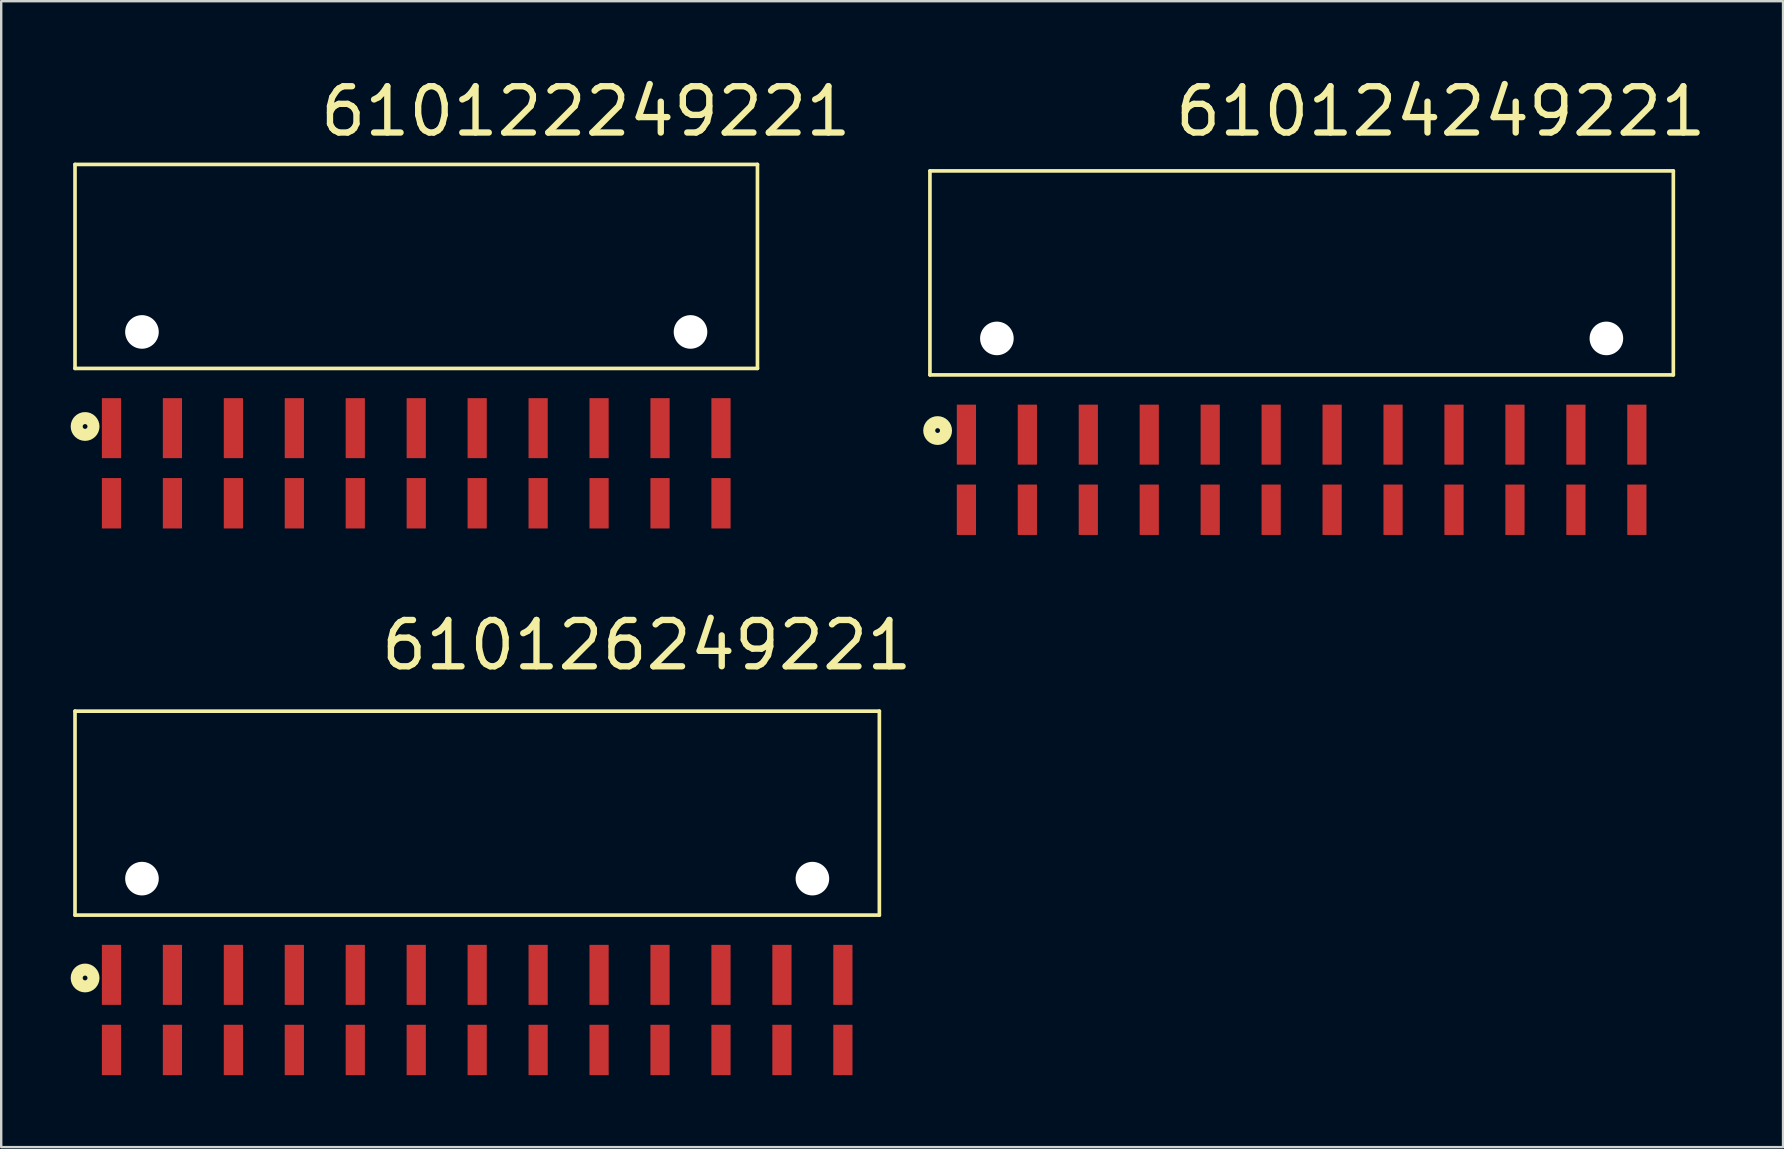
<source format=kicad_pcb>
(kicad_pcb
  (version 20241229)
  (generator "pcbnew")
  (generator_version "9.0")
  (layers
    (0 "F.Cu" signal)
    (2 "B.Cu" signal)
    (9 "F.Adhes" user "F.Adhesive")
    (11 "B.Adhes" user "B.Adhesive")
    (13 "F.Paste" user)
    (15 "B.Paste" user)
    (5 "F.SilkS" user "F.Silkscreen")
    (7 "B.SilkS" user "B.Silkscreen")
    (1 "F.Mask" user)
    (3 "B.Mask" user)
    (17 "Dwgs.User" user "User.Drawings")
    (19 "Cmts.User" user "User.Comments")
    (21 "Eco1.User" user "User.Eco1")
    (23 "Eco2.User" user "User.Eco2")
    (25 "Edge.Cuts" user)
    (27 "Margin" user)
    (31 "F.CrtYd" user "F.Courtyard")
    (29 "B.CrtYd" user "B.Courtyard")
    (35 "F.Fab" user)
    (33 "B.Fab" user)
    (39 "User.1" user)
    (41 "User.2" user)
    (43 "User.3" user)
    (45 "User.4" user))
  (footprint "610124249221"
    (layer "F.Cu")
    (at 51.194 11.053)
    (property "Reference" "610124249221" (at -5.406 -8.33 0) (layer "F.SilkS") (effects (font (size 1.93 1.93) (thickness 0.264)) (justify left bottom)))
    (attr through_hole)
    (fp_line (start -15.49 -6.98) (end 15.49 -6.98) (stroke (width 0.152) (type solid)) (layer "F.SilkS"))
    (fp_line (start -15.49 1.52) (end -15.49 -6.98) (stroke (width 0.152) (type solid)) (layer "F.SilkS"))
    (fp_line (start -15.49 1.52) (end 15.49 1.52) (stroke (width 0.152) (type solid)) (layer "F.SilkS"))
    (fp_line (start 15.49 1.52) (end 15.49 -6.98) (stroke (width 0.152) (type solid)) (layer "F.SilkS"))
    (fp_circle (center -15.17 3.84) (end -15.07 3.84) (stroke (width 0.5) (type solid)) (fill no) (layer "F.SilkS"))
    (pad "" np_thru_hole circle (at -12.7 0) (size 1.4 1.4) (drill 1.4) (layers "*.Cu"))
    (pad "" np_thru_hole circle (at 12.7 0) (size 1.4 1.4) (drill 1.4) (layers "*.Cu"))
    (pad "1" smd rect (at -13.97 4.01) (size 0.8 2.5) (layers "F.Cu" "F.Mask" "F.Paste"))
    (pad "2" smd rect (at -11.43 4.01) (size 0.8 2.5) (layers "F.Cu" "F.Mask" "F.Paste"))
    (pad "3" smd rect (at -8.89 4.01) (size 0.8 2.5) (layers "F.Cu" "F.Mask" "F.Paste"))
    (pad "4" smd rect (at -6.35 4.01) (size 0.8 2.5) (layers "F.Cu" "F.Mask" "F.Paste"))
    (pad "5" smd rect (at -3.81 4.01) (size 0.8 2.5) (layers "F.Cu" "F.Mask" "F.Paste"))
    (pad "6" smd rect (at -1.27 4.01) (size 0.8 2.5) (layers "F.Cu" "F.Mask" "F.Paste"))
    (pad "7" smd rect (at 1.27 4.01) (size 0.8 2.5) (layers "F.Cu" "F.Mask" "F.Paste"))
    (pad "8" smd rect (at 3.81 4.01) (size 0.8 2.5) (layers "F.Cu" "F.Mask" "F.Paste"))
    (pad "9" smd rect (at 6.35 4.01) (size 0.8 2.5) (layers "F.Cu" "F.Mask" "F.Paste"))
    (pad "10" smd rect (at 8.89 4.01) (size 0.8 2.5) (layers "F.Cu" "F.Mask" "F.Paste"))
    (pad "11" smd rect (at 11.43 4.01) (size 0.8 2.5) (layers "F.Cu" "F.Mask" "F.Paste"))
    (pad "12" smd rect (at 13.97 4.01) (size 0.8 2.5) (layers "F.Cu" "F.Mask" "F.Paste"))
    (pad "13" smd rect (at 13.97 7.14) (size 0.8 2.1) (layers "F.Cu" "F.Mask" "F.Paste"))
    (pad "14" smd rect (at 11.43 7.14) (size 0.8 2.1) (layers "F.Cu" "F.Mask" "F.Paste"))
    (pad "15" smd rect (at 8.89 7.14) (size 0.8 2.1) (layers "F.Cu" "F.Mask" "F.Paste"))
    (pad "16" smd rect (at 6.35 7.14) (size 0.8 2.1) (layers "F.Cu" "F.Mask" "F.Paste"))
    (pad "17" smd rect (at 3.81 7.14) (size 0.8 2.1) (layers "F.Cu" "F.Mask" "F.Paste"))
    (pad "18" smd rect (at 1.27 7.14) (size 0.8 2.1) (layers "F.Cu" "F.Mask" "F.Paste"))
    (pad "19" smd rect (at -1.27 7.14) (size 0.8 2.1) (layers "F.Cu" "F.Mask" "F.Paste"))
    (pad "20" smd rect (at -3.81 7.14) (size 0.8 2.1) (layers "F.Cu" "F.Mask" "F.Paste"))
    (pad "21" smd rect (at -6.35 7.14) (size 0.8 2.1) (layers "F.Cu" "F.Mask" "F.Paste"))
    (pad "22" smd rect (at -8.89 7.14) (size 0.8 2.1) (layers "F.Cu" "F.Mask" "F.Paste"))
    (pad "23" smd rect (at -11.43 7.14) (size 0.8 2.1) (layers "F.Cu" "F.Mask" "F.Paste"))
    (pad "24" smd rect (at -13.97 7.14) (size 0.8 2.1) (layers "F.Cu" "F.Mask" "F.Paste")))
  (footprint "610122249221"
    (layer "F.Cu")
    (at 14.296 10.783)
    (property "Reference" "610122249221" (at -4.136 -8.06 0) (layer "F.SilkS") (effects (font (size 1.93 1.93) (thickness 0.264)) (justify left bottom)))
    (attr through_hole)
    (fp_line (start -14.22 -6.98) (end 14.22 -6.98) (stroke (width 0.152) (type solid)) (layer "F.SilkS"))
    (fp_line (start -14.22 1.52) (end -14.22 -6.98) (stroke (width 0.152) (type solid)) (layer "F.SilkS"))
    (fp_line (start -14.22 1.52) (end 14.22 1.52) (stroke (width 0.152) (type solid)) (layer "F.SilkS"))
    (fp_line (start 14.22 1.52) (end 14.22 -6.98) (stroke (width 0.152) (type solid)) (layer "F.SilkS"))
    (fp_circle (center -13.8 3.94) (end -13.7 3.94) (stroke (width 0.5) (type solid)) (fill no) (layer "F.SilkS"))
    (pad "" np_thru_hole circle (at -11.43 0) (size 1.4 1.4) (drill 1.4) (layers "*.Cu"))
    (pad "" np_thru_hole circle (at 11.43 0) (size 1.4 1.4) (drill 1.4) (layers "*.Cu"))
    (pad "1" smd rect (at -12.7 4.01) (size 0.8 2.5) (layers "F.Cu" "F.Mask" "F.Paste"))
    (pad "2" smd rect (at -10.16 4.01) (size 0.8 2.5) (layers "F.Cu" "F.Mask" "F.Paste"))
    (pad "3" smd rect (at -7.62 4.01) (size 0.8 2.5) (layers "F.Cu" "F.Mask" "F.Paste"))
    (pad "4" smd rect (at -5.08 4.01) (size 0.8 2.5) (layers "F.Cu" "F.Mask" "F.Paste"))
    (pad "5" smd rect (at -2.54 4.01) (size 0.8 2.5) (layers "F.Cu" "F.Mask" "F.Paste"))
    (pad "6" smd rect (at 0 4.01) (size 0.8 2.5) (layers "F.Cu" "F.Mask" "F.Paste"))
    (pad "7" smd rect (at 2.54 4.01) (size 0.8 2.5) (layers "F.Cu" "F.Mask" "F.Paste"))
    (pad "8" smd rect (at 5.08 4.01) (size 0.8 2.5) (layers "F.Cu" "F.Mask" "F.Paste"))
    (pad "9" smd rect (at 7.62 4.01) (size 0.8 2.5) (layers "F.Cu" "F.Mask" "F.Paste"))
    (pad "10" smd rect (at 10.16 4.01) (size 0.8 2.5) (layers "F.Cu" "F.Mask" "F.Paste"))
    (pad "11" smd rect (at 12.7 4.01) (size 0.8 2.5) (layers "F.Cu" "F.Mask" "F.Paste"))
    (pad "12" smd rect (at 12.7 7.14) (size 0.8 2.1) (layers "F.Cu" "F.Mask" "F.Paste"))
    (pad "13" smd rect (at 10.16 7.14) (size 0.8 2.1) (layers "F.Cu" "F.Mask" "F.Paste"))
    (pad "14" smd rect (at 7.62 7.14) (size 0.8 2.1) (layers "F.Cu" "F.Mask" "F.Paste"))
    (pad "15" smd rect (at 5.08 7.14) (size 0.8 2.1) (layers "F.Cu" "F.Mask" "F.Paste"))
    (pad "16" smd rect (at 2.54 7.14) (size 0.8 2.1) (layers "F.Cu" "F.Mask" "F.Paste"))
    (pad "17" smd rect (at 0 7.14) (size 0.8 2.1) (layers "F.Cu" "F.Mask" "F.Paste"))
    (pad "18" smd rect (at -2.54 7.14) (size 0.8 2.1) (layers "F.Cu" "F.Mask" "F.Paste"))
    (pad "19" smd rect (at -5.08 7.14) (size 0.8 2.1) (layers "F.Cu" "F.Mask" "F.Paste"))
    (pad "20" smd rect (at -7.62 7.14) (size 0.8 2.1) (layers "F.Cu" "F.Mask" "F.Paste"))
    (pad "21" smd rect (at -10.16 7.14) (size 0.8 2.1) (layers "F.Cu" "F.Mask" "F.Paste"))
    (pad "22" smd rect (at -12.7 7.14) (size 0.8 2.1) (layers "F.Cu" "F.Mask" "F.Paste")))
  (footprint "610126249221"
    (layer "F.Cu")
    (at 16.836 33.566)
    (property "Reference" "610126249221" (at -4.136 -8.6 0) (layer "F.SilkS") (effects (font (size 1.93 1.93) (thickness 0.264)) (justify left bottom)))
    (attr through_hole)
    (fp_line (start -16.76 -6.98) (end 16.76 -6.98) (stroke (width 0.152) (type solid)) (layer "F.SilkS"))
    (fp_line (start -16.76 1.52) (end -16.76 -6.98) (stroke (width 0.152) (type solid)) (layer "F.SilkS"))
    (fp_line (start -16.76 1.52) (end 16.76 1.52) (stroke (width 0.152) (type solid)) (layer "F.SilkS"))
    (fp_line (start 16.76 1.52) (end 16.76 -6.98) (stroke (width 0.152) (type solid)) (layer "F.SilkS"))
    (fp_circle (center -16.34 4.14) (end -16.24 4.14) (stroke (width 0.5) (type solid)) (fill no) (layer "F.SilkS"))
    (pad "" np_thru_hole circle (at -13.97 0) (size 1.4 1.4) (drill 1.4) (layers "*.Cu"))
    (pad "" np_thru_hole circle (at 13.97 0) (size 1.4 1.4) (drill 1.4) (layers "*.Cu"))
    (pad "1" smd rect (at -15.24 4.01) (size 0.8 2.5) (layers "F.Cu" "F.Mask" "F.Paste"))
    (pad "2" smd rect (at -12.7 4.01) (size 0.8 2.5) (layers "F.Cu" "F.Mask" "F.Paste"))
    (pad "3" smd rect (at -10.16 4.01) (size 0.8 2.5) (layers "F.Cu" "F.Mask" "F.Paste"))
    (pad "4" smd rect (at -7.62 4.01) (size 0.8 2.5) (layers "F.Cu" "F.Mask" "F.Paste"))
    (pad "5" smd rect (at -5.08 4.01) (size 0.8 2.5) (layers "F.Cu" "F.Mask" "F.Paste"))
    (pad "6" smd rect (at -2.54 4.01) (size 0.8 2.5) (layers "F.Cu" "F.Mask" "F.Paste"))
    (pad "7" smd rect (at 0 4.01) (size 0.8 2.5) (layers "F.Cu" "F.Mask" "F.Paste"))
    (pad "8" smd rect (at 2.54 4.01) (size 0.8 2.5) (layers "F.Cu" "F.Mask" "F.Paste"))
    (pad "9" smd rect (at 5.08 4.01) (size 0.8 2.5) (layers "F.Cu" "F.Mask" "F.Paste"))
    (pad "10" smd rect (at 7.62 4.01) (size 0.8 2.5) (layers "F.Cu" "F.Mask" "F.Paste"))
    (pad "11" smd rect (at 10.16 4.01) (size 0.8 2.5) (layers "F.Cu" "F.Mask" "F.Paste"))
    (pad "12" smd rect (at 12.7 4.01) (size 0.8 2.5) (layers "F.Cu" "F.Mask" "F.Paste"))
    (pad "13" smd rect (at 15.24 4.01) (size 0.8 2.5) (layers "F.Cu" "F.Mask" "F.Paste"))
    (pad "14" smd rect (at 15.24 7.14) (size 0.8 2.1) (layers "F.Cu" "F.Mask" "F.Paste"))
    (pad "15" smd rect (at 12.7 7.14) (size 0.8 2.1) (layers "F.Cu" "F.Mask" "F.Paste"))
    (pad "16" smd rect (at 10.16 7.14) (size 0.8 2.1) (layers "F.Cu" "F.Mask" "F.Paste"))
    (pad "17" smd rect (at 7.62 7.14) (size 0.8 2.1) (layers "F.Cu" "F.Mask" "F.Paste"))
    (pad "18" smd rect (at 5.08 7.14) (size 0.8 2.1) (layers "F.Cu" "F.Mask" "F.Paste"))
    (pad "19" smd rect (at 2.54 7.14) (size 0.8 2.1) (layers "F.Cu" "F.Mask" "F.Paste"))
    (pad "20" smd rect (at 0 7.14) (size 0.8 2.1) (layers "F.Cu" "F.Mask" "F.Paste"))
    (pad "21" smd rect (at -2.54 7.14) (size 0.8 2.1) (layers "F.Cu" "F.Mask" "F.Paste"))
    (pad "22" smd rect (at -5.08 7.14) (size 0.8 2.1) (layers "F.Cu" "F.Mask" "F.Paste"))
    (pad "23" smd rect (at -7.62 7.14) (size 0.8 2.1) (layers "F.Cu" "F.Mask" "F.Paste"))
    (pad "24" smd rect (at -10.16 7.14) (size 0.8 2.1) (layers "F.Cu" "F.Mask" "F.Paste"))
    (pad "25" smd rect (at -12.7 7.14) (size 0.8 2.1) (layers "F.Cu" "F.Mask" "F.Paste"))
    (pad "26" smd rect (at -15.24 7.14) (size 0.8 2.1) (layers "F.Cu" "F.Mask" "F.Paste")))
  (gr_rect
    (start -3 -3)
    (end 71.256 44.756)
    (stroke (width 0.1) (type default))
    (fill no)
    (layer "Edge.Cuts")))
</source>
